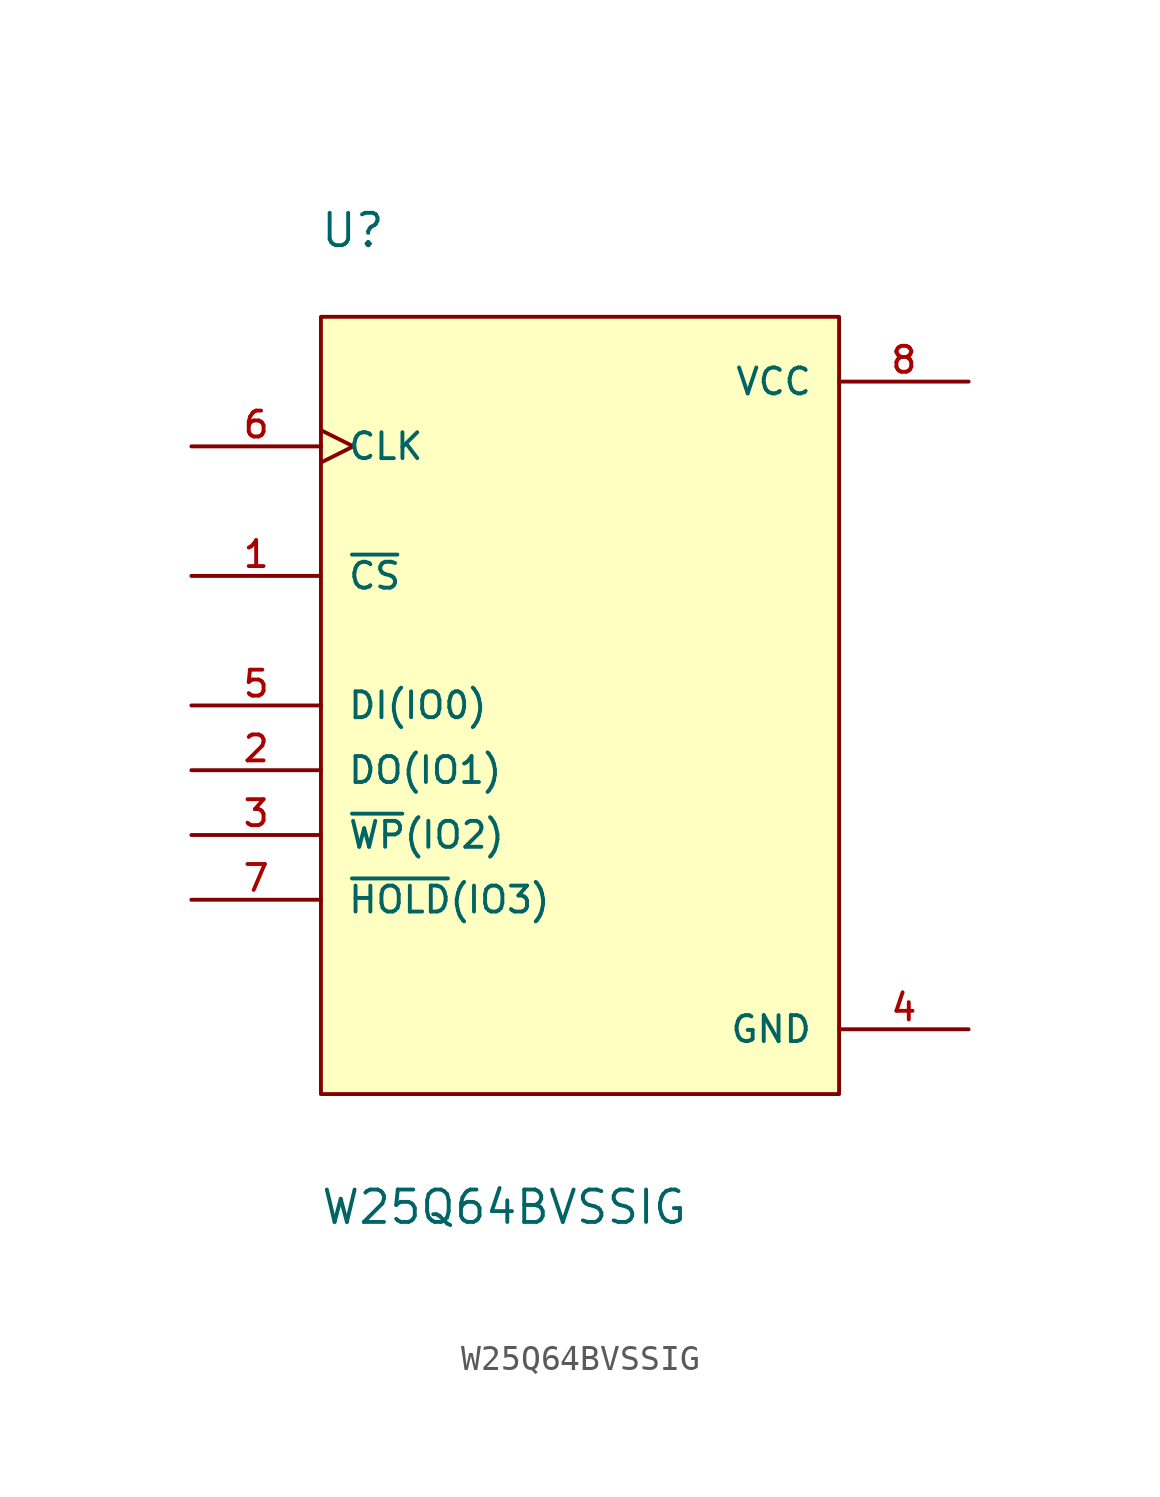
<source format=kicad_sym>
(kicad_symbol_lib
  (version 20211014)
  (generator kicad_symbol_editor)
  (symbol "W25Q64BVSSIG"
    (pin_names
      (offset 1.016))
    (property "Reference" "U"
      (at -10.22 17.885 0)
      (effects (font (size 1.27 1.27)) (justify bottom left)))
    (property "Value" "W25Q64BVSSIG"
      (at -10.209 -20.418 0)
      (effects (font (size 1.27 1.27)) (justify bottom left)))
    (symbol "W25Q64BVSSIG_0_0"
      (rectangle (start -10.16 -15.24) (end 10.16 15.24) (stroke (width 0.152)) (fill (type background)))
      (pin input line (at -15.24 5.08 0) (length 5.08) (name "~{CS}" (effects (font (size 1.016 1.016)))) (number "1" (effects (font (size 1.016 1.016)))))
      (pin power_in line (at 15.24 -12.7 180.0) (length 5.08) (name "GND" (effects (font (size 1.016 1.016)))) (number "4" (effects (font (size 1.016 1.016)))))
      (pin power_in line (at 15.24 12.7 180.0) (length 5.08) (name "VCC" (effects (font (size 1.016 1.016)))) (number "8" (effects (font (size 1.016 1.016)))))
      (pin bidirectional line (at -15.24 -2.54 0) (length 5.08) (name "DO(IO1)" (effects (font (size 1.016 1.016)))) (number "2" (effects (font (size 1.016 1.016)))))
      (pin bidirectional line (at -15.24 -5.08 0) (length 5.08) (name "~{WP}(IO2)" (effects (font (size 1.016 1.016)))) (number "3" (effects (font (size 1.016 1.016)))))
      (pin bidirectional line (at -15.24 0.0 0) (length 5.08) (name "DI(IO0)" (effects (font (size 1.016 1.016)))) (number "5" (effects (font (size 1.016 1.016)))))
      (pin input clock (at -15.24 10.16 0) (length 5.08) (name "CLK" (effects (font (size 1.016 1.016)))) (number "6" (effects (font (size 1.016 1.016)))))
      (pin bidirectional line (at -15.24 -7.62 0) (length 5.08) (name "~{HOLD}(IO3)" (effects (font (size 1.016 1.016)))) (number "7" (effects (font (size 1.016 1.016))))))))
</source>
